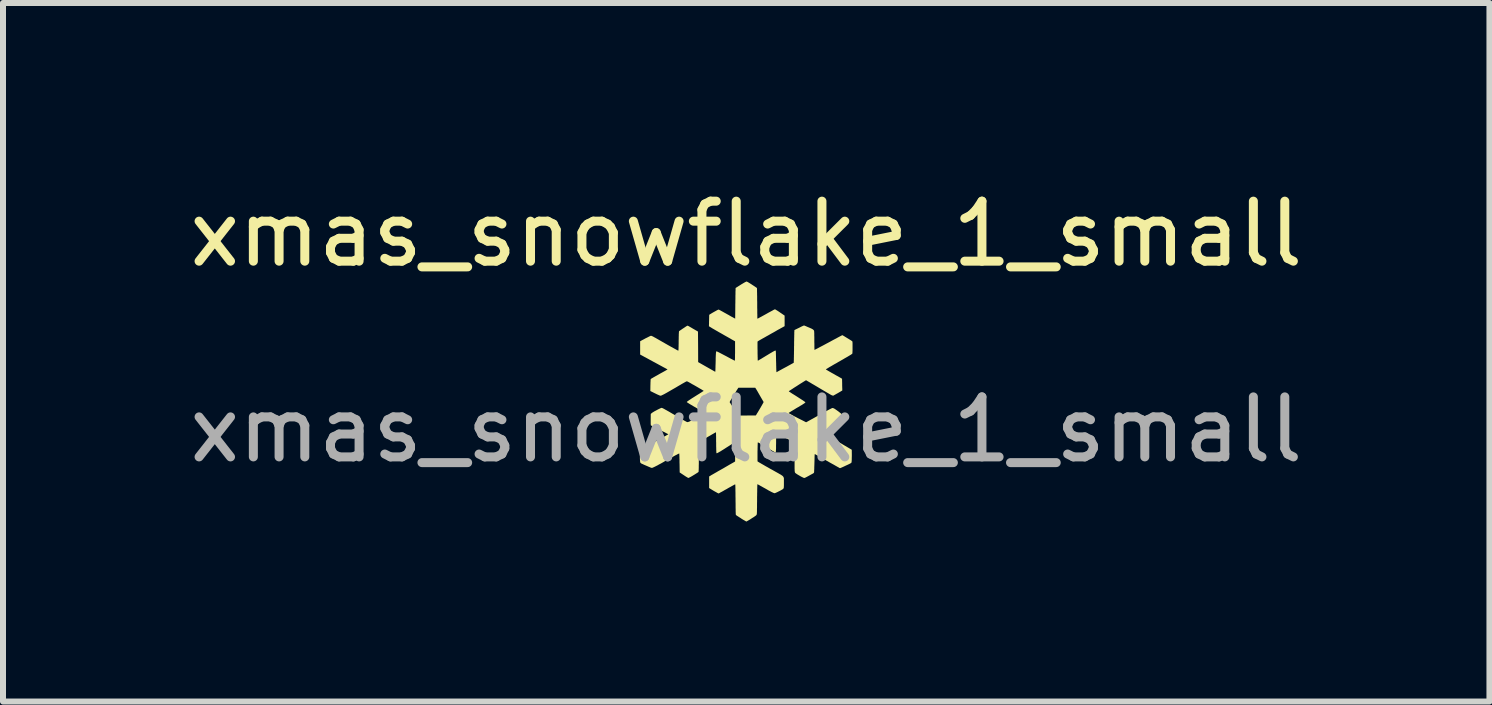
<source format=kicad_pcb>
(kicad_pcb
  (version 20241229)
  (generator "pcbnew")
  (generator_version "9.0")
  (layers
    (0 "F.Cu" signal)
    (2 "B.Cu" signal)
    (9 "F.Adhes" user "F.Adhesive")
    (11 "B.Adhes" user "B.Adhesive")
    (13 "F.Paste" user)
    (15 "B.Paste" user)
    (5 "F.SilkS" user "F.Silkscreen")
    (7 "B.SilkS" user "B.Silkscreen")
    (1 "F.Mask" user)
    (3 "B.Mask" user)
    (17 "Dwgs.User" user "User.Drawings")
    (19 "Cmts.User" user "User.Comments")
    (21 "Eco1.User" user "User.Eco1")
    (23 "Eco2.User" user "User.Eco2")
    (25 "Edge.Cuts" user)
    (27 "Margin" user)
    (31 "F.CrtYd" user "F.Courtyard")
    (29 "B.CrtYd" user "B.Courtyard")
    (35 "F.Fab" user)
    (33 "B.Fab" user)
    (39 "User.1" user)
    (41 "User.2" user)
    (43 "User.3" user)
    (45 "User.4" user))
  (footprint "xmas_snowflake_1_small"
    (layer "F.Cu")
    (at 9.387 1.61)
    (property "Reference" "xmas_snowflake_1_small" (at 0 -0.762 0) (unlocked yes) (layer "F.SilkS") (effects (font (size 1 1) (thickness 0.15))))
    (fp_poly (pts (xy 0.011 0.033) (xy 0.018 0.037) (xy 0.027 0.041) (xy 0.035 0.046) (xy 0.046 0.053) (xy 0.06 0.061) (xy 0.075 0.071) (xy 0.091 0.081) (xy 0.107 0.092) (xy 0.123 0.102) (xy 0.138 0.112) (xy 0.151 0.121) (xy 0.163 0.129) (xy 0.172 0.135) (xy 0.177 0.14) (xy 0.179 0.141) (xy 0.179 0.145) (xy 0.179 0.152) (xy 0.18 0.164) (xy 0.18 0.18) (xy 0.18 0.2) (xy 0.181 0.223) (xy 0.181 0.249) (xy 0.182 0.277) (xy 0.182 0.308) (xy 0.182 0.341) (xy 0.183 0.375) (xy 0.183 0.398) (xy 0.183 0.433) (xy 0.183 0.467) (xy 0.184 0.499) (xy 0.184 0.528) (xy 0.184 0.556) (xy 0.185 0.58) (xy 0.185 0.602) (xy 0.185 0.62) (xy 0.185 0.634) (xy 0.186 0.644) (xy 0.186 0.65) (xy 0.186 0.651) (xy 0.187 0.651) (xy 0.191 0.65) (xy 0.197 0.647) (xy 0.205 0.643) (xy 0.216 0.637) (xy 0.23 0.629) (xy 0.248 0.62) (xy 0.269 0.608) (xy 0.293 0.595) (xy 0.322 0.579) (xy 0.354 0.561) (xy 0.364 0.555) (xy 0.385 0.544) (xy 0.405 0.533) (xy 0.424 0.523) (xy 0.44 0.514) (xy 0.454 0.506) (xy 0.465 0.501) (xy 0.473 0.497) (xy 0.476 0.496) (xy 0.476 0.496) (xy 0.479 0.496) (xy 0.483 0.497) (xy 0.488 0.499) (xy 0.495 0.503) (xy 0.504 0.509) (xy 0.516 0.516) (xy 0.53 0.525) (xy 0.548 0.537) (xy 0.568 0.551) (xy 0.592 0.567) (xy 0.609 0.579) (xy 0.64 0.6) (xy 0.64 0.688) (xy 0.64 0.776) (xy 0.591 0.803) (xy 0.578 0.81) (xy 0.561 0.82) (xy 0.542 0.83) (xy 0.52 0.842) (xy 0.498 0.855) (xy 0.474 0.869) (xy 0.451 0.882) (xy 0.44 0.888) (xy 0.416 0.901) (xy 0.39 0.916) (xy 0.364 0.931) (xy 0.338 0.945) (xy 0.314 0.959) (xy 0.291 0.972) (xy 0.272 0.982) (xy 0.268 0.985) (xy 0.25 0.995) (xy 0.234 1.004) (xy 0.22 1.012) (xy 0.208 1.019) (xy 0.199 1.025) (xy 0.193 1.028) (xy 0.192 1.029) (xy 0.191 1.03) (xy 0.19 1.032) (xy 0.189 1.034) (xy 0.189 1.037) (xy 0.188 1.042) (xy 0.188 1.049) (xy 0.188 1.058) (xy 0.188 1.07) (xy 0.188 1.085) (xy 0.188 1.104) (xy 0.188 1.126) (xy 0.188 1.152) (xy 0.189 1.184) (xy 0.189 1.185) (xy 0.189 1.212) (xy 0.189 1.238) (xy 0.19 1.262) (xy 0.19 1.284) (xy 0.191 1.303) (xy 0.191 1.319) (xy 0.191 1.332) (xy 0.192 1.34) (xy 0.192 1.344) (xy 0.194 1.352) (xy 0.228 1.332) (xy 0.237 1.327) (xy 0.251 1.319) (xy 0.267 1.309) (xy 0.285 1.298) (xy 0.305 1.286) (xy 0.326 1.273) (xy 0.346 1.261) (xy 0.348 1.26) (xy 0.377 1.242) (xy 0.402 1.227) (xy 0.423 1.215) (xy 0.441 1.204) (xy 0.456 1.196) (xy 0.467 1.19) (xy 0.476 1.186) (xy 0.482 1.183) (xy 0.486 1.182) (xy 0.487 1.182) (xy 0.491 1.186) (xy 0.493 1.193) (xy 0.493 1.198) (xy 0.494 1.206) (xy 0.494 1.219) (xy 0.495 1.236) (xy 0.495 1.255) (xy 0.496 1.277) (xy 0.496 1.301) (xy 0.497 1.327) (xy 0.497 1.347) (xy 0.498 1.374) (xy 0.499 1.401) (xy 0.499 1.426) (xy 0.5 1.449) (xy 0.5 1.47) (xy 0.501 1.488) (xy 0.501 1.503) (xy 0.502 1.513) (xy 0.502 1.517) (xy 0.504 1.544) (xy 0.565 1.51) (xy 0.582 1.501) (xy 0.603 1.489) (xy 0.626 1.477) (xy 0.65 1.464) (xy 0.675 1.451) (xy 0.698 1.438) (xy 0.709 1.432) (xy 0.792 1.386) (xy 0.793 1.346) (xy 0.794 1.337) (xy 0.794 1.324) (xy 0.794 1.306) (xy 0.795 1.285) (xy 0.795 1.261) (xy 0.796 1.234) (xy 0.796 1.205) (xy 0.797 1.175) (xy 0.797 1.143) (xy 0.797 1.111) (xy 0.798 1.103) (xy 0.798 1.071) (xy 0.798 1.04) (xy 0.799 1.01) (xy 0.799 0.981) (xy 0.8 0.955) (xy 0.8 0.931) (xy 0.801 0.911) (xy 0.801 0.894) (xy 0.801 0.881) (xy 0.801 0.872) (xy 0.802 0.871) (xy 0.803 0.841) (xy 0.881 0.803) (xy 0.899 0.794) (xy 0.916 0.785) (xy 0.931 0.778) (xy 0.944 0.772) (xy 0.954 0.768) (xy 0.96 0.765) (xy 0.963 0.765) (xy 0.965 0.765) (xy 0.969 0.766) (xy 0.974 0.768) (xy 0.983 0.772) (xy 0.994 0.776) (xy 1.009 0.783) (xy 1.027 0.791) (xy 1.047 0.799) (xy 1.065 0.807) (xy 1.079 0.813) (xy 1.09 0.818) (xy 1.098 0.823) (xy 1.105 0.826) (xy 1.11 0.83) (xy 1.114 0.833) (xy 1.116 0.835) (xy 1.12 0.838) (xy 1.123 0.84) (xy 1.125 0.843) (xy 1.127 0.846) (xy 1.129 0.85) (xy 1.131 0.855) (xy 1.132 0.862) (xy 1.133 0.871) (xy 1.133 0.882) (xy 1.134 0.896) (xy 1.134 0.913) (xy 1.134 0.934) (xy 1.135 0.958) (xy 1.135 0.987) (xy 1.135 1.014) (xy 1.135 1.041) (xy 1.136 1.067) (xy 1.136 1.091) (xy 1.136 1.113) (xy 1.136 1.132) (xy 1.137 1.147) (xy 1.137 1.159) (xy 1.137 1.167) (xy 1.138 1.171) (xy 1.138 1.171) (xy 1.139 1.171) (xy 1.142 1.17) (xy 1.146 1.168) (xy 1.153 1.164) (xy 1.162 1.16) (xy 1.173 1.154) (xy 1.187 1.147) (xy 1.204 1.138) (xy 1.224 1.127) (xy 1.247 1.115) (xy 1.274 1.101) (xy 1.304 1.085) (xy 1.339 1.066) (xy 1.377 1.046) (xy 1.403 1.032) (xy 1.43 1.017) (xy 1.456 1.003) (xy 1.481 0.99) (xy 1.504 0.978) (xy 1.525 0.966) (xy 1.544 0.956) (xy 1.559 0.948) (xy 1.572 0.941) (xy 1.581 0.937) (xy 1.585 0.934) (xy 1.602 0.926) (xy 1.617 0.934) (xy 1.623 0.938) (xy 1.634 0.944) (xy 1.646 0.952) (xy 1.661 0.961) (xy 1.677 0.971) (xy 1.694 0.981) (xy 1.71 0.991) (xy 1.725 1) (xy 1.738 1.008) (xy 1.748 1.014) (xy 1.754 1.019) (xy 1.762 1.024) (xy 1.768 1.03) (xy 1.77 1.034) (xy 1.771 1.038) (xy 1.771 1.047) (xy 1.772 1.061) (xy 1.772 1.079) (xy 1.772 1.1) (xy 1.772 1.125) (xy 1.772 1.134) (xy 1.772 1.159) (xy 1.772 1.179) (xy 1.771 1.195) (xy 1.771 1.208) (xy 1.77 1.217) (xy 1.77 1.224) (xy 1.769 1.229) (xy 1.768 1.232) (xy 1.767 1.234) (xy 1.767 1.235) (xy 1.766 1.237) (xy 1.763 1.239) (xy 1.758 1.242) (xy 1.752 1.246) (xy 1.744 1.252) (xy 1.734 1.258) (xy 1.722 1.265) (xy 1.707 1.274) (xy 1.689 1.285) (xy 1.668 1.297) (xy 1.643 1.311) (xy 1.615 1.328) (xy 1.583 1.346) (xy 1.547 1.367) (xy 1.539 1.371) (xy 1.502 1.393) (xy 1.469 1.411) (xy 1.44 1.428) (xy 1.415 1.443) (xy 1.393 1.455) (xy 1.375 1.466) (xy 1.361 1.475) (xy 1.349 1.482) (xy 1.34 1.487) (xy 1.334 1.492) (xy 1.33 1.494) (xy 1.328 1.496) (xy 1.328 1.496) (xy 1.329 1.497) (xy 1.33 1.499) (xy 1.333 1.501) (xy 1.338 1.504) (xy 1.345 1.508) (xy 1.355 1.514) (xy 1.367 1.521) (xy 1.382 1.53) (xy 1.4 1.54) (xy 1.422 1.553) (xy 1.448 1.567) (xy 1.471 1.58) (xy 1.491 1.592) (xy 1.511 1.603) (xy 1.53 1.613) (xy 1.547 1.623) (xy 1.561 1.631) (xy 1.572 1.637) (xy 1.58 1.642) (xy 1.583 1.644) (xy 1.597 1.652) (xy 1.599 1.731) (xy 1.599 1.752) (xy 1.599 1.772) (xy 1.6 1.79) (xy 1.6 1.806) (xy 1.601 1.818) (xy 1.601 1.827) (xy 1.601 1.829) (xy 1.601 1.848) (xy 1.581 1.86) (xy 1.573 1.865) (xy 1.561 1.872) (xy 1.547 1.88) (xy 1.532 1.889) (xy 1.516 1.898) (xy 1.51 1.901) (xy 1.495 1.91) (xy 1.482 1.917) (xy 1.471 1.923) (xy 1.463 1.928) (xy 1.458 1.931) (xy 1.456 1.932) (xy 1.451 1.934) (xy 1.441 1.933) (xy 1.429 1.929) (xy 1.42 1.925) (xy 1.414 1.922) (xy 1.407 1.918) (xy 1.398 1.913) (xy 1.388 1.907) (xy 1.376 1.9) (xy 1.361 1.891) (xy 1.343 1.881) (xy 1.323 1.869) (xy 1.299 1.855) (xy 1.272 1.839) (xy 1.248 1.825) (xy 1.226 1.812) (xy 1.201 1.797) (xy 1.174 1.781) (xy 1.147 1.765) (xy 1.12 1.749) (xy 1.095 1.735) (xy 1.083 1.727) (xy 0.997 1.677) (xy 0.972 1.692) (xy 0.951 1.705) (xy 0.927 1.72) (xy 0.901 1.736) (xy 0.873 1.754) (xy 0.844 1.773) (xy 0.815 1.791) (xy 0.787 1.809) (xy 0.774 1.818) (xy 0.709 1.86) (xy 0.719 1.869) (xy 0.723 1.872) (xy 0.732 1.877) (xy 0.743 1.885) (xy 0.757 1.894) (xy 0.772 1.904) (xy 0.789 1.914) (xy 0.8 1.921) (xy 0.829 1.939) (xy 0.857 1.957) (xy 0.883 1.974) (xy 0.907 1.989) (xy 0.928 2.003) (xy 0.947 2.015) (xy 0.962 2.026) (xy 0.972 2.033) (xy 0.98 2.039) (xy 0.984 2.043) (xy 0.986 2.045) (xy 0.985 2.048) (xy 0.983 2.05) (xy 0.979 2.054) (xy 0.97 2.061) (xy 0.958 2.069) (xy 0.943 2.079) (xy 0.926 2.09) (xy 0.906 2.101) (xy 0.886 2.114) (xy 0.864 2.127) (xy 0.861 2.128) (xy 0.83 2.146) (xy 0.803 2.163) (xy 0.778 2.178) (xy 0.756 2.191) (xy 0.739 2.202) (xy 0.725 2.21) (xy 0.721 2.213) (xy 0.705 2.224) (xy 0.743 2.245) (xy 0.772 2.261) (xy 0.801 2.277) (xy 0.832 2.293) (xy 0.866 2.311) (xy 0.902 2.329) (xy 0.93 2.343) (xy 0.998 2.378) (xy 1.009 2.372) (xy 1.013 2.37) (xy 1.021 2.366) (xy 1.033 2.359) (xy 1.047 2.351) (xy 1.064 2.342) (xy 1.083 2.331) (xy 1.104 2.32) (xy 1.125 2.308) (xy 1.125 2.308) (xy 1.17 2.283) (xy 1.21 2.261) (xy 1.246 2.241) (xy 1.278 2.223) (xy 1.307 2.207) (xy 1.332 2.193) (xy 1.354 2.181) (xy 1.373 2.171) (xy 1.389 2.162) (xy 1.403 2.155) (xy 1.414 2.15) (xy 1.423 2.145) (xy 1.43 2.142) (xy 1.435 2.14) (xy 1.438 2.14) (xy 1.439 2.14) (xy 1.446 2.141) (xy 1.455 2.144) (xy 1.466 2.149) (xy 1.479 2.157) (xy 1.495 2.168) (xy 1.515 2.182) (xy 1.537 2.198) (xy 1.541 2.201) (xy 1.557 2.214) (xy 1.57 2.224) (xy 1.579 2.232) (xy 1.585 2.24) (xy 1.589 2.247) (xy 1.591 2.254) (xy 1.591 2.255) (xy 1.592 2.262) (xy 1.592 2.272) (xy 1.592 2.286) (xy 1.592 2.301) (xy 1.592 2.319) (xy 1.592 2.337) (xy 1.592 2.355) (xy 1.591 2.372) (xy 1.591 2.388) (xy 1.59 2.401) (xy 1.589 2.412) (xy 1.589 2.418) (xy 1.588 2.42) (xy 1.586 2.423) (xy 1.581 2.428) (xy 1.573 2.434) (xy 1.563 2.441) (xy 1.549 2.45) (xy 1.532 2.46) (xy 1.512 2.472) (xy 1.487 2.486) (xy 1.458 2.503) (xy 1.455 2.504) (xy 1.425 2.521) (xy 1.4 2.536) (xy 1.379 2.548) (xy 1.361 2.559) (xy 1.348 2.567) (xy 1.339 2.573) (xy 1.334 2.577) (xy 1.333 2.579) (xy 1.334 2.581) (xy 1.339 2.585) (xy 1.348 2.591) (xy 1.36 2.598) (xy 1.376 2.608) (xy 1.396 2.62) (xy 1.419 2.635) (xy 1.447 2.651) (xy 1.479 2.67) (xy 1.51 2.688) (xy 1.534 2.703) (xy 1.56 2.718) (xy 1.586 2.733) (xy 1.612 2.749) (xy 1.637 2.764) (xy 1.66 2.777) (xy 1.68 2.789) (xy 1.685 2.792) (xy 1.759 2.836) (xy 1.76 2.915) (xy 1.76 2.944) (xy 1.759 2.971) (xy 1.759 2.995) (xy 1.758 3.015) (xy 1.757 3.031) (xy 1.755 3.043) (xy 1.753 3.051) (xy 1.753 3.052) (xy 1.749 3.055) (xy 1.742 3.06) (xy 1.731 3.066) (xy 1.716 3.074) (xy 1.697 3.083) (xy 1.673 3.094) (xy 1.645 3.107) (xy 1.633 3.113) (xy 1.613 3.122) (xy 1.598 3.129) (xy 1.586 3.134) (xy 1.577 3.138) (xy 1.57 3.14) (xy 1.566 3.142) (xy 1.562 3.142) (xy 1.56 3.142) (xy 1.558 3.141) (xy 1.557 3.14) (xy 1.553 3.139) (xy 1.546 3.134) (xy 1.535 3.128) (xy 1.52 3.12) (xy 1.503 3.11) (xy 1.483 3.099) (xy 1.461 3.086) (xy 1.437 3.073) (xy 1.412 3.059) (xy 1.385 3.044) (xy 1.358 3.028) (xy 1.33 3.013) (xy 1.302 2.997) (xy 1.275 2.981) (xy 1.248 2.966) (xy 1.226 2.954) (xy 1.208 2.944) (xy 1.191 2.934) (xy 1.176 2.926) (xy 1.164 2.919) (xy 1.154 2.913) (xy 1.147 2.91) (xy 1.145 2.908) (xy 1.143 2.908) (xy 1.142 2.909) (xy 1.142 2.912) (xy 1.141 2.918) (xy 1.14 2.926) (xy 1.14 2.938) (xy 1.139 2.955) (xy 1.139 2.966) (xy 1.138 3.008) (xy 1.137 3.046) (xy 1.136 3.079) (xy 1.135 3.107) (xy 1.134 3.132) (xy 1.134 3.152) (xy 1.133 3.169) (xy 1.132 3.183) (xy 1.132 3.194) (xy 1.132 3.202) (xy 1.131 3.207) (xy 1.131 3.209) (xy 1.129 3.218) (xy 1.123 3.224) (xy 1.122 3.226) (xy 1.117 3.229) (xy 1.109 3.234) (xy 1.097 3.24) (xy 1.083 3.248) (xy 1.068 3.256) (xy 1.052 3.265) (xy 1.036 3.274) (xy 1.021 3.282) (xy 1.006 3.29) (xy 0.994 3.296) (xy 0.985 3.301) (xy 0.979 3.303) (xy 0.979 3.303) (xy 0.972 3.306) (xy 0.966 3.306) (xy 0.96 3.305) (xy 0.956 3.303) (xy 0.945 3.298) (xy 0.932 3.292) (xy 0.916 3.284) (xy 0.9 3.275) (xy 0.883 3.265) (xy 0.866 3.255) (xy 0.851 3.246) (xy 0.838 3.237) (xy 0.827 3.23) (xy 0.82 3.224) (xy 0.819 3.223) (xy 0.817 3.221) (xy 0.814 3.218) (xy 0.813 3.215) (xy 0.811 3.211) (xy 0.81 3.206) (xy 0.809 3.199) (xy 0.808 3.19) (xy 0.807 3.179) (xy 0.807 3.166) (xy 0.806 3.149) (xy 0.806 3.128) (xy 0.806 3.104) (xy 0.806 3.075) (xy 0.806 3.052) (xy 0.806 3.022) (xy 0.806 2.99) (xy 0.806 2.957) (xy 0.806 2.925) (xy 0.806 2.894) (xy 0.806 2.866) (xy 0.805 2.84) (xy 0.805 2.818) (xy 0.805 2.813) (xy 0.805 2.721) (xy 0.672 2.645) (xy 0.641 2.628) (xy 0.614 2.613) (xy 0.591 2.6) (xy 0.571 2.588) (xy 0.555 2.579) (xy 0.541 2.572) (xy 0.53 2.566) (xy 0.522 2.561) (xy 0.515 2.557) (xy 0.511 2.555) (xy 0.507 2.553) (xy 0.505 2.553) (xy 0.504 2.552) (xy 0.504 2.552) (xy 0.504 2.552) (xy 0.503 2.556) (xy 0.502 2.564) (xy 0.501 2.576) (xy 0.5 2.591) (xy 0.499 2.61) (xy 0.499 2.631) (xy 0.498 2.654) (xy 0.498 2.679) (xy 0.498 2.705) (xy 0.498 2.73) (xy 0.497 2.76) (xy 0.497 2.787) (xy 0.497 2.811) (xy 0.496 2.832) (xy 0.495 2.85) (xy 0.494 2.865) (xy 0.493 2.875) (xy 0.492 2.881) (xy 0.491 2.882) (xy 0.488 2.881) (xy 0.481 2.878) (xy 0.471 2.873) (xy 0.457 2.865) (xy 0.44 2.856) (xy 0.42 2.844) (xy 0.398 2.831) (xy 0.373 2.817) (xy 0.346 2.8) (xy 0.318 2.783) (xy 0.313 2.78) (xy 0.286 2.764) (xy 0.263 2.75) (xy 0.243 2.738) (xy 0.227 2.729) (xy 0.214 2.722) (xy 0.204 2.717) (xy 0.198 2.714) (xy 0.194 2.714) (xy 0.193 2.714) (xy 0.192 2.717) (xy 0.192 2.725) (xy 0.191 2.737) (xy 0.191 2.752) (xy 0.19 2.77) (xy 0.19 2.79) (xy 0.189 2.812) (xy 0.189 2.836) (xy 0.188 2.861) (xy 0.188 2.885) (xy 0.188 2.91) (xy 0.188 2.934) (xy 0.188 2.957) (xy 0.188 2.971) (xy 0.188 3.029) (xy 0.198 3.036) (xy 0.204 3.04) (xy 0.215 3.047) (xy 0.23 3.055) (xy 0.248 3.066) (xy 0.271 3.079) (xy 0.297 3.094) (xy 0.326 3.111) (xy 0.359 3.129) (xy 0.395 3.15) (xy 0.434 3.171) (xy 0.476 3.195) (xy 0.521 3.22) (xy 0.539 3.23) (xy 0.559 3.242) (xy 0.576 3.251) (xy 0.589 3.26) (xy 0.599 3.267) (xy 0.607 3.273) (xy 0.613 3.279) (xy 0.617 3.285) (xy 0.621 3.292) (xy 0.623 3.296) (xy 0.625 3.299) (xy 0.626 3.303) (xy 0.627 3.307) (xy 0.628 3.312) (xy 0.628 3.319) (xy 0.628 3.328) (xy 0.628 3.34) (xy 0.628 3.355) (xy 0.628 3.375) (xy 0.628 3.387) (xy 0.628 3.411) (xy 0.628 3.43) (xy 0.627 3.446) (xy 0.627 3.458) (xy 0.626 3.467) (xy 0.624 3.474) (xy 0.622 3.479) (xy 0.62 3.484) (xy 0.616 3.487) (xy 0.612 3.491) (xy 0.612 3.491) (xy 0.605 3.496) (xy 0.594 3.502) (xy 0.581 3.51) (xy 0.566 3.518) (xy 0.55 3.526) (xy 0.534 3.534) (xy 0.518 3.542) (xy 0.503 3.549) (xy 0.491 3.554) (xy 0.481 3.558) (xy 0.474 3.56) (xy 0.472 3.56) (xy 0.467 3.559) (xy 0.461 3.557) (xy 0.452 3.554) (xy 0.442 3.549) (xy 0.428 3.543) (xy 0.413 3.535) (xy 0.394 3.525) (xy 0.371 3.513) (xy 0.346 3.498) (xy 0.316 3.481) (xy 0.294 3.469) (xy 0.276 3.459) (xy 0.259 3.449) (xy 0.242 3.44) (xy 0.228 3.432) (xy 0.216 3.425) (xy 0.208 3.421) (xy 0.205 3.419) (xy 0.186 3.41) (xy 0.184 3.451) (xy 0.184 3.461) (xy 0.184 3.474) (xy 0.183 3.492) (xy 0.183 3.513) (xy 0.183 3.537) (xy 0.182 3.564) (xy 0.182 3.594) (xy 0.181 3.624) (xy 0.181 3.656) (xy 0.181 3.689) (xy 0.181 3.701) (xy 0.18 3.738) (xy 0.18 3.772) (xy 0.18 3.8) (xy 0.179 3.825) (xy 0.179 3.846) (xy 0.179 3.864) (xy 0.178 3.878) (xy 0.178 3.89) (xy 0.177 3.9) (xy 0.176 3.908) (xy 0.175 3.913) (xy 0.173 3.918) (xy 0.172 3.921) (xy 0.17 3.924) (xy 0.168 3.926) (xy 0.165 3.929) (xy 0.162 3.931) (xy 0.162 3.932) (xy 0.157 3.936) (xy 0.148 3.942) (xy 0.137 3.95) (xy 0.124 3.959) (xy 0.109 3.968) (xy 0.093 3.978) (xy 0.077 3.989) (xy 0.061 3.999) (xy 0.046 4.008) (xy 0.032 4.016) (xy 0.02 4.023) (xy 0.011 4.028) (xy 0.005 4.031) (xy 0.003 4.032) (xy 0.000032 4.031) (xy -0.006 4.028) (xy -0.015 4.023) (xy -0.024 4.018) (xy -0.033 4.012) (xy -0.046 4.005) (xy -0.061 3.996) (xy -0.077 3.986) (xy -0.093 3.975) (xy -0.097 3.972) (xy -0.112 3.963) (xy -0.126 3.954) (xy -0.138 3.946) (xy -0.149 3.939) (xy -0.156 3.935) (xy -0.158 3.933) (xy -0.165 3.928) (xy -0.171 3.922) (xy -0.173 3.92) (xy -0.173 3.917) (xy -0.174 3.913) (xy -0.174 3.906) (xy -0.175 3.897) (xy -0.175 3.885) (xy -0.176 3.869) (xy -0.176 3.85) (xy -0.176 3.828) (xy -0.177 3.802) (xy -0.177 3.771) (xy -0.177 3.736) (xy -0.178 3.696) (xy -0.178 3.678) (xy -0.178 3.644) (xy -0.179 3.611) (xy -0.179 3.579) (xy -0.179 3.55) (xy -0.18 3.522) (xy -0.18 3.498) (xy -0.18 3.476) (xy -0.181 3.458) (xy -0.181 3.443) (xy -0.181 3.433) (xy -0.182 3.427) (xy -0.182 3.427) (xy -0.184 3.411) (xy -0.235 3.439) (xy -0.249 3.447) (xy -0.267 3.457) (xy -0.288 3.468) (xy -0.31 3.481) (xy -0.332 3.494) (xy -0.355 3.506) (xy -0.372 3.516) (xy -0.391 3.527) (xy -0.409 3.537) (xy -0.425 3.545) (xy -0.438 3.553) (xy -0.449 3.559) (xy -0.457 3.563) (xy -0.46 3.564) (xy -0.461 3.564) (xy -0.464 3.563) (xy -0.471 3.56) (xy -0.481 3.555) (xy -0.493 3.548) (xy -0.507 3.54) (xy -0.522 3.532) (xy -0.538 3.523) (xy -0.553 3.514) (xy -0.568 3.505) (xy -0.581 3.497) (xy -0.592 3.49) (xy -0.594 3.489) (xy -0.618 3.474) (xy -0.618 3.377) (xy -0.618 3.281) (xy -0.599 3.27) (xy -0.594 3.267) (xy -0.585 3.261) (xy -0.573 3.254) (xy -0.557 3.245) (xy -0.538 3.234) (xy -0.517 3.222) (xy -0.494 3.209) (xy -0.469 3.194) (xy -0.442 3.179) (xy -0.414 3.163) (xy -0.401 3.156) (xy -0.373 3.14) (xy -0.346 3.124) (xy -0.32 3.109) (xy -0.296 3.095) (xy -0.274 3.082) (xy -0.254 3.071) (xy -0.237 3.061) (xy -0.222 3.053) (xy -0.212 3.047) (xy -0.205 3.043) (xy -0.203 3.042) (xy -0.185 3.031) (xy -0.185 2.87) (xy -0.185 2.709) (xy -0.195 2.714) (xy -0.201 2.718) (xy -0.212 2.725) (xy -0.227 2.734) (xy -0.246 2.745) (xy -0.268 2.76) (xy -0.295 2.777) (xy -0.325 2.796) (xy -0.339 2.805) (xy -0.373 2.827) (xy -0.402 2.845) (xy -0.427 2.861) (xy -0.449 2.873) (xy -0.466 2.883) (xy -0.479 2.89) (xy -0.489 2.894) (xy -0.493 2.894) (xy -0.494 2.894) (xy -0.495 2.893) (xy -0.496 2.89) (xy -0.497 2.885) (xy -0.498 2.879) (xy -0.498 2.87) (xy -0.499 2.858) (xy -0.499 2.844) (xy -0.5 2.826) (xy -0.5 2.805) (xy -0.501 2.779) (xy -0.501 2.75) (xy -0.501 2.716) (xy -0.502 2.699) (xy -0.502 2.672) (xy -0.502 2.646) (xy -0.502 2.622) (xy -0.503 2.601) (xy -0.503 2.582) (xy -0.503 2.567) (xy -0.504 2.555) (xy -0.504 2.548) (xy -0.504 2.545) (xy -0.504 2.545) (xy -0.507 2.545) (xy -0.512 2.548) (xy -0.52 2.552) (xy -0.531 2.558) (xy -0.546 2.567) (xy -0.564 2.577) (xy -0.586 2.59) (xy -0.596 2.596) (xy -0.617 2.608) (xy -0.64 2.621) (xy -0.663 2.635) (xy -0.686 2.648) (xy -0.708 2.66) (xy -0.725 2.67) (xy -0.784 2.703) (xy -0.786 2.752) (xy -0.786 2.762) (xy -0.786 2.777) (xy -0.787 2.796) (xy -0.787 2.818) (xy -0.787 2.844) (xy -0.788 2.871) (xy -0.788 2.901) (xy -0.789 2.932) (xy -0.789 2.965) (xy -0.79 2.997) (xy -0.79 3.002) (xy -0.79 3.038) (xy -0.79 3.07) (xy -0.791 3.097) (xy -0.791 3.121) (xy -0.791 3.141) (xy -0.792 3.157) (xy -0.792 3.17) (xy -0.793 3.181) (xy -0.793 3.189) (xy -0.793 3.195) (xy -0.794 3.2) (xy -0.795 3.203) (xy -0.795 3.205) (xy -0.796 3.206) (xy -0.797 3.207) (xy -0.802 3.211) (xy -0.81 3.217) (xy -0.822 3.225) (xy -0.836 3.233) (xy -0.851 3.243) (xy -0.867 3.253) (xy -0.884 3.263) (xy -0.9 3.273) (xy -0.916 3.282) (xy -0.93 3.29) (xy -0.943 3.296) (xy -0.952 3.302) (xy -0.959 3.304) (xy -0.961 3.305) (xy -0.965 3.305) (xy -0.969 3.304) (xy -0.974 3.301) (xy -0.981 3.298) (xy -0.99 3.292) (xy -1.002 3.285) (xy -1.016 3.276) (xy -1.034 3.264) (xy -1.049 3.254) (xy -1.109 3.214) (xy -1.111 3.074) (xy -1.112 3.047) (xy -1.112 3.021) (xy -1.112 2.997) (xy -1.113 2.975) (xy -1.113 2.956) (xy -1.114 2.939) (xy -1.114 2.926) (xy -1.115 2.918) (xy -1.115 2.915) (xy -1.116 2.897) (xy -1.146 2.911) (xy -1.153 2.915) (xy -1.16 2.919) (xy -1.168 2.923) (xy -1.177 2.927) (xy -1.187 2.933) (xy -1.199 2.939) (xy -1.212 2.947) (xy -1.228 2.956) (xy -1.247 2.966) (xy -1.269 2.978) (xy -1.294 2.992) (xy -1.322 3.008) (xy -1.355 3.027) (xy -1.356 3.027) (xy -1.392 3.048) (xy -1.424 3.066) (xy -1.453 3.081) (xy -1.477 3.095) (xy -1.499 3.106) (xy -1.517 3.115) (xy -1.533 3.123) (xy -1.546 3.129) (xy -1.556 3.133) (xy -1.565 3.137) (xy -1.566 3.137) (xy -1.57 3.138) (xy -1.573 3.138) (xy -1.577 3.138) (xy -1.583 3.136) (xy -1.59 3.134) (xy -1.6 3.13) (xy -1.614 3.124) (xy -1.624 3.12) (xy -1.642 3.112) (xy -1.663 3.103) (xy -1.684 3.094) (xy -1.703 3.086) (xy -1.715 3.08) (xy -1.73 3.073) (xy -1.742 3.068) (xy -1.75 3.064) (xy -1.755 3.06) (xy -1.759 3.057) (xy -1.762 3.055) (xy -1.763 3.052) (xy -1.766 3.045) (xy -1.768 3.037) (xy -1.769 3.027) (xy -1.77 3.014) (xy -1.771 2.997) (xy -1.772 2.977) (xy -1.772 2.953) (xy -1.772 2.924) (xy -1.772 2.921) (xy -1.772 2.842) (xy -1.763 2.836) (xy -1.754 2.83) (xy -1.741 2.823) (xy -1.724 2.813) (xy -1.704 2.802) (xy -1.68 2.789) (xy -1.654 2.774) (xy -1.626 2.758) (xy -1.596 2.741) (xy -1.564 2.724) (xy -1.53 2.706) (xy -1.496 2.687) (xy -1.461 2.668) (xy -1.426 2.649) (xy -1.391 2.63) (xy -1.378 2.622) (xy -1.359 2.613) (xy -1.343 2.604) (xy -1.328 2.595) (xy -1.316 2.588) (xy -1.306 2.583) (xy -1.3 2.579) (xy -1.298 2.578) (xy -1.3 2.576) (xy -1.306 2.573) (xy -1.316 2.568) (xy -1.33 2.561) (xy -1.346 2.552) (xy -1.365 2.542) (xy -1.386 2.532) (xy -1.409 2.52) (xy -1.434 2.508) (xy -1.443 2.503) (xy -1.589 2.43) (xy -1.591 2.417) (xy -1.591 2.411) (xy -1.592 2.401) (xy -1.592 2.387) (xy -1.592 2.371) (xy -1.592 2.352) (xy -1.592 2.332) (xy -1.592 2.321) (xy -1.591 2.239) (xy -1.579 2.228) (xy -1.572 2.223) (xy -1.562 2.215) (xy -1.55 2.208) (xy -1.541 2.202) (xy -1.529 2.195) (xy -1.516 2.188) (xy -1.5 2.18) (xy -1.484 2.171) (xy -1.468 2.163) (xy -1.453 2.155) (xy -1.439 2.149) (xy -1.427 2.143) (xy -1.419 2.14) (xy -1.414 2.138) (xy -1.411 2.138) (xy -1.409 2.138) (xy -1.405 2.139) (xy -1.401 2.14) (xy -1.396 2.142) (xy -1.389 2.145) (xy -1.381 2.149) (xy -1.371 2.154) (xy -1.359 2.161) (xy -1.345 2.169) (xy -1.328 2.178) (xy -1.309 2.189) (xy -1.287 2.201) (xy -1.262 2.216) (xy -1.233 2.233) (xy -1.201 2.251) (xy -1.166 2.272) (xy -1.126 2.295) (xy -1.104 2.308) (xy -1.078 2.323) (xy -1.056 2.336) (xy -1.038 2.347) (xy -1.023 2.355) (xy -1.01 2.362) (xy -1.001 2.367) (xy -0.993 2.371) (xy -0.988 2.373) (xy -0.984 2.375) (xy -0.981 2.375) (xy -0.98 2.375) (xy -0.972 2.374) (xy -0.961 2.371) (xy -0.948 2.366) (xy -0.933 2.359) (xy -0.914 2.35) (xy -0.893 2.339) (xy -0.867 2.325) (xy -0.839 2.308) (xy -0.806 2.289) (xy -0.8 2.286) (xy -0.776 2.272) (xy -0.756 2.26) (xy -0.74 2.25) (xy -0.726 2.242) (xy -0.716 2.236) (xy -0.708 2.231) (xy -0.703 2.227) (xy -0.699 2.225) (xy -0.697 2.223) (xy -0.696 2.222) (xy -0.696 2.221) (xy -0.696 2.221) (xy -0.698 2.219) (xy -0.704 2.214) (xy -0.713 2.208) (xy -0.727 2.2) (xy -0.744 2.19) (xy -0.765 2.177) (xy -0.791 2.162) (xy -0.82 2.145) (xy -0.845 2.13) (xy -0.874 2.114) (xy -0.898 2.099) (xy -0.919 2.087) (xy -0.937 2.077) (xy -0.951 2.068) (xy -0.962 2.061) (xy -0.971 2.055) (xy -0.978 2.051) (xy -0.983 2.047) (xy -0.985 2.046) (xy -0.99 2.041) (xy -0.275 2.041) (xy -0.275 2.044) (xy -0.275 2.045) (xy -0.272 2.049) (xy -0.267 2.057) (xy -0.26 2.067) (xy -0.252 2.081) (xy -0.242 2.096) (xy -0.23 2.112) (xy -0.219 2.13) (xy -0.206 2.148) (xy -0.194 2.166) (xy -0.182 2.183) (xy -0.172 2.199) (xy -0.162 2.213) (xy -0.156 2.222) (xy -0.125 2.266) (xy 0.017 2.265) (xy 0.159 2.264) (xy 0.164 2.258) (xy 0.166 2.255) (xy 0.171 2.247) (xy 0.177 2.236) (xy 0.185 2.223) (xy 0.195 2.208) (xy 0.205 2.19) (xy 0.216 2.172) (xy 0.227 2.153) (xy 0.238 2.135) (xy 0.248 2.117) (xy 0.258 2.1) (xy 0.267 2.084) (xy 0.274 2.071) (xy 0.28 2.061) (xy 0.284 2.054) (xy 0.285 2.051) (xy 0.29 2.04) (xy 0.233 1.942) (xy 0.221 1.921) (xy 0.209 1.9) (xy 0.198 1.881) (xy 0.188 1.863) (xy 0.179 1.848) (xy 0.171 1.835) (xy 0.166 1.826) (xy 0.164 1.823) (xy 0.15 1.802) (xy 0.01 1.802) (xy -0.13 1.802) (xy -0.14 1.816) (xy -0.143 1.822) (xy -0.149 1.831) (xy -0.157 1.843) (xy -0.166 1.858) (xy -0.176 1.875) (xy -0.187 1.892) (xy -0.195 1.906) (xy -0.207 1.925) (xy -0.218 1.944) (xy -0.23 1.962) (xy -0.24 1.979) (xy -0.249 1.994) (xy -0.256 2.005) (xy -0.259 2.01) (xy -0.267 2.022) (xy -0.271 2.031) (xy -0.274 2.037) (xy -0.275 2.041) (xy -0.99 2.041) (xy -0.991 2.04) (xy -0.983 2.032) (xy -0.975 2.026) (xy -0.964 2.018) (xy -0.948 2.007) (xy -0.928 1.994) (xy -0.904 1.978) (xy -0.875 1.96) (xy -0.842 1.939) (xy -0.807 1.917) (xy -0.787 1.905) (xy -0.769 1.893) (xy -0.752 1.883) (xy -0.737 1.873) (xy -0.725 1.865) (xy -0.716 1.86) (xy -0.71 1.856) (xy -0.709 1.855) (xy -0.711 1.853) (xy -0.717 1.849) (xy -0.726 1.843) (xy -0.739 1.835) (xy -0.756 1.825) (xy -0.775 1.814) (xy -0.797 1.801) (xy -0.821 1.787) (xy -0.847 1.772) (xy -0.875 1.756) (xy -0.905 1.74) (xy -0.911 1.736) (xy -0.931 1.724) (xy -0.948 1.715) (xy -0.96 1.708) (xy -0.97 1.703) (xy -0.978 1.699) (xy -0.984 1.697) (xy -0.988 1.696) (xy -0.991 1.696) (xy -0.994 1.696) (xy -0.996 1.697) (xy -1 1.699) (xy -1.005 1.701) (xy -1.013 1.705) (xy -1.023 1.711) (xy -1.036 1.718) (xy -1.051 1.727) (xy -1.07 1.737) (xy -1.091 1.75) (xy -1.117 1.765) (xy -1.146 1.782) (xy -1.171 1.797) (xy -1.211 1.82) (xy -1.246 1.84) (xy -1.277 1.858) (xy -1.305 1.874) (xy -1.329 1.888) (xy -1.351 1.9) (xy -1.369 1.91) (xy -1.385 1.918) (xy -1.398 1.924) (xy -1.408 1.929) (xy -1.417 1.933) (xy -1.424 1.935) (xy -1.425 1.935) (xy -1.43 1.935) (xy -1.438 1.933) (xy -1.449 1.929) (xy -1.464 1.922) (xy -1.483 1.914) (xy -1.505 1.903) (xy -1.532 1.89) (xy -1.556 1.878) (xy -1.598 1.857) (xy -1.597 1.763) (xy -1.596 1.742) (xy -1.596 1.722) (xy -1.595 1.704) (xy -1.594 1.688) (xy -1.594 1.676) (xy -1.593 1.667) (xy -1.593 1.663) (xy -1.593 1.663) (xy -1.591 1.658) (xy -1.586 1.654) (xy -1.578 1.648) (xy -1.573 1.645) (xy -1.563 1.64) (xy -1.55 1.632) (xy -1.534 1.623) (xy -1.515 1.612) (xy -1.493 1.6) (xy -1.47 1.587) (xy -1.446 1.573) (xy -1.421 1.559) (xy -1.395 1.545) (xy -1.373 1.533) (xy -1.357 1.524) (xy -1.343 1.516) (xy -1.331 1.509) (xy -1.321 1.503) (xy -1.315 1.499) (xy -1.312 1.497) (xy -1.312 1.497) (xy -1.314 1.495) (xy -1.321 1.491) (xy -1.331 1.486) (xy -1.345 1.478) (xy -1.362 1.469) (xy -1.381 1.459) (xy -1.403 1.447) (xy -1.427 1.434) (xy -1.453 1.42) (xy -1.48 1.405) (xy -1.495 1.397) (xy -1.524 1.381) (xy -1.553 1.366) (xy -1.581 1.35) (xy -1.608 1.336) (xy -1.633 1.322) (xy -1.657 1.309) (xy -1.677 1.298) (xy -1.695 1.289) (xy -1.709 1.281) (xy -1.72 1.275) (xy -1.722 1.274) (xy -1.768 1.249) (xy -1.768 1.138) (xy -1.768 1.028) (xy -1.747 1.016) (xy -1.734 1.009) (xy -1.719 1.001) (xy -1.703 0.993) (xy -1.686 0.983) (xy -1.668 0.974) (xy -1.651 0.966) (xy -1.636 0.958) (xy -1.622 0.951) (xy -1.61 0.945) (xy -1.602 0.941) (xy -1.597 0.939) (xy -1.597 0.939) (xy -1.594 0.938) (xy -1.591 0.937) (xy -1.588 0.937) (xy -1.585 0.937) (xy -1.581 0.937) (xy -1.577 0.939) (xy -1.571 0.941) (xy -1.564 0.944) (xy -1.555 0.949) (xy -1.544 0.954) (xy -1.531 0.962) (xy -1.515 0.97) (xy -1.496 0.981) (xy -1.475 0.993) (xy -1.449 1.008) (xy -1.421 1.024) (xy -1.388 1.043) (xy -1.376 1.049) (xy -1.353 1.063) (xy -1.328 1.077) (xy -1.304 1.091) (xy -1.28 1.104) (xy -1.256 1.118) (xy -1.233 1.13) (xy -1.212 1.142) (xy -1.192 1.153) (xy -1.174 1.163) (xy -1.16 1.171) (xy -1.148 1.177) (xy -1.139 1.182) (xy -1.134 1.184) (xy -1.133 1.184) (xy -1.132 1.184) (xy -1.131 1.181) (xy -1.13 1.177) (xy -1.129 1.17) (xy -1.129 1.161) (xy -1.128 1.148) (xy -1.128 1.132) (xy -1.127 1.113) (xy -1.127 1.089) (xy -1.126 1.06) (xy -1.126 1.05) (xy -1.126 1.013) (xy -1.125 0.982) (xy -1.125 0.955) (xy -1.124 0.932) (xy -1.124 0.913) (xy -1.123 0.897) (xy -1.122 0.885) (xy -1.122 0.875) (xy -1.121 0.868) (xy -1.12 0.863) (xy -1.119 0.86) (xy -1.118 0.859) (xy -1.115 0.856) (xy -1.108 0.852) (xy -1.098 0.845) (xy -1.086 0.837) (xy -1.072 0.827) (xy -1.056 0.816) (xy -1.048 0.811) (xy -1.028 0.798) (xy -1.012 0.787) (xy -1 0.779) (xy -0.99 0.773) (xy -0.983 0.77) (xy -0.979 0.768) (xy -0.976 0.768) (xy -0.973 0.769) (xy -0.965 0.773) (xy -0.955 0.778) (xy -0.942 0.786) (xy -0.928 0.794) (xy -0.912 0.803) (xy -0.911 0.804) (xy -0.894 0.814) (xy -0.877 0.824) (xy -0.861 0.833) (xy -0.846 0.842) (xy -0.835 0.848) (xy -0.828 0.852) (xy -0.804 0.866) (xy -0.802 1.12) (xy -0.801 1.375) (xy -0.659 1.456) (xy -0.516 1.537) (xy -0.515 1.525) (xy -0.514 1.52) (xy -0.514 1.511) (xy -0.513 1.498) (xy -0.513 1.481) (xy -0.512 1.462) (xy -0.512 1.44) (xy -0.511 1.416) (xy -0.51 1.391) (xy -0.51 1.383) (xy -0.509 1.346) (xy -0.509 1.314) (xy -0.508 1.287) (xy -0.507 1.263) (xy -0.506 1.244) (xy -0.505 1.228) (xy -0.503 1.215) (xy -0.502 1.206) (xy -0.5 1.2) (xy -0.498 1.196) (xy -0.496 1.195) (xy -0.496 1.194) (xy -0.493 1.196) (xy -0.485 1.199) (xy -0.474 1.204) (xy -0.46 1.211) (xy -0.444 1.219) (xy -0.425 1.229) (xy -0.404 1.24) (xy -0.383 1.251) (xy -0.36 1.263) (xy -0.337 1.275) (xy -0.32 1.284) (xy -0.302 1.294) (xy -0.283 1.304) (xy -0.265 1.314) (xy -0.248 1.323) (xy -0.233 1.33) (xy -0.223 1.336) (xy -0.223 1.336) (xy -0.19 1.352) (xy -0.188 1.338) (xy -0.188 1.332) (xy -0.188 1.323) (xy -0.187 1.309) (xy -0.187 1.292) (xy -0.187 1.272) (xy -0.187 1.249) (xy -0.186 1.225) (xy -0.186 1.198) (xy -0.186 1.176) (xy -0.186 1.028) (xy -0.239 0.999) (xy -0.269 0.981) (xy -0.301 0.963) (xy -0.333 0.945) (xy -0.365 0.927) (xy -0.396 0.909) (xy -0.426 0.892) (xy -0.455 0.876) (xy -0.482 0.86) (xy -0.507 0.846) (xy -0.529 0.833) (xy -0.548 0.822) (xy -0.564 0.813) (xy -0.576 0.806) (xy -0.576 0.805) (xy -0.621 0.778) (xy -0.621 0.766) (xy -0.621 0.76) (xy -0.621 0.75) (xy -0.62 0.737) (xy -0.62 0.721) (xy -0.62 0.702) (xy -0.619 0.682) (xy -0.619 0.67) (xy -0.617 0.587) (xy -0.608 0.581) (xy -0.599 0.575) (xy -0.587 0.568) (xy -0.574 0.56) (xy -0.559 0.551) (xy -0.543 0.542) (xy -0.527 0.533) (xy -0.512 0.525) (xy -0.498 0.517) (xy -0.485 0.51) (xy -0.475 0.505) (xy -0.469 0.502) (xy -0.466 0.5) (xy -0.464 0.5) (xy -0.461 0.5) (xy -0.458 0.501) (xy -0.453 0.503) (xy -0.447 0.505) (xy -0.44 0.509) (xy -0.43 0.514) (xy -0.418 0.521) (xy -0.403 0.529) (xy -0.385 0.539) (xy -0.364 0.551) (xy -0.338 0.565) (xy -0.321 0.575) (xy -0.302 0.585) (xy -0.283 0.596) (xy -0.264 0.607) (xy -0.247 0.617) (xy -0.231 0.625) (xy -0.22 0.631) (xy -0.217 0.633) (xy -0.184 0.651) (xy -0.182 0.449) (xy -0.182 0.416) (xy -0.181 0.383) (xy -0.181 0.351) (xy -0.18 0.321) (xy -0.18 0.292) (xy -0.18 0.266) (xy -0.179 0.242) (xy -0.179 0.222) (xy -0.179 0.206) (xy -0.179 0.195) (xy -0.178 0.193) (xy -0.177 0.14) (xy -0.133 0.112) (xy -0.106 0.095) (xy -0.081 0.079) (xy -0.059 0.066) (xy -0.039 0.054) (xy -0.023 0.045) (xy -0.009 0.038) (xy 0.000443 0.034) (xy 0.007 0.032) (xy 0.007 0.032)) (stroke (width 0) (type solid)) (fill yes) (layer "F.SilkS"))
    (fp_text user "${REFERENCE}" (at 0 2.5 0) (unlocked yes) (layer "F.Fab") (effects (font (size 1 1) (thickness 0.15)))))
  (gr_rect
    (start -3 -3)
    (end 21.774 8.642)
    (stroke (width 0.1) (type default))
    (fill no)
    (layer "Edge.Cuts")))
</source>
